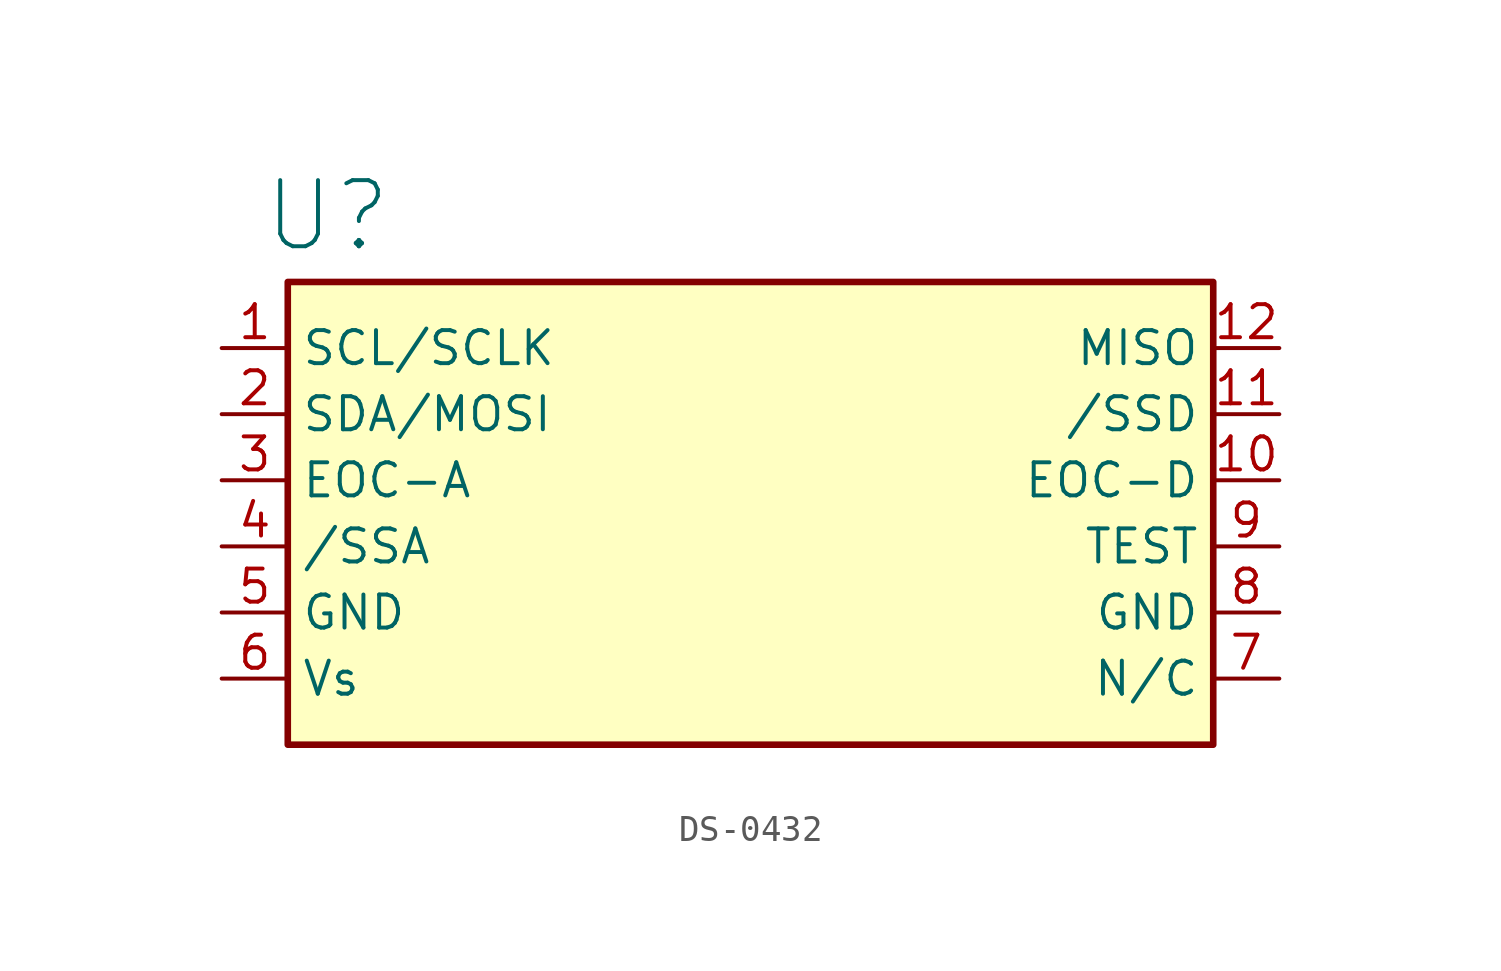
<source format=kicad_sym>
(kicad_symbol_lib
  (version 20231120)
  (generator "kicad_symbol_editor")
  (generator_version "8.0")
  (symbol "DS-0432"
    (property "Reference" "U"
      (at -16.256 8.89 0)
      (effects (font (face "KiCad Font") (size 2.54 2.54))))
    (property "Value" ""
      (at 0 0 0)
      (effects (font (size 1.27 1.27))))
    (symbol "DS-0432_0_1"
      (rectangle (start -17.78 6.35) (end 17.78 -11.43) (stroke (width 0.254) (type default)) (fill (type background))))
    (symbol "DS-0432_1_1"
      (pin input line (at -20.32 3.81 0) (length 2.54) (name "SCL/SCLK" (effects (font (size 1.27 1.27)))) (number "1" (effects (font (size 1.27 1.27)))))
      (pin input line (at 20.32 -1.27 180) (length 2.54) (name "EOC-D" (effects (font (size 1.27 1.27)))) (number "10" (effects (font (size 1.27 1.27)))))
      (pin input line (at 20.32 1.27 180) (length 2.54) (name "/SSD" (effects (font (size 1.27 1.27)))) (number "11" (effects (font (size 1.27 1.27)))))
      (pin input line (at 20.32 3.81 180) (length 2.54) (name "MISO" (effects (font (size 1.27 1.27)))) (number "12" (effects (font (size 1.27 1.27)))))
      (pin output line (at -20.32 1.27 0) (length 2.54) (name "SDA/MOSI" (effects (font (size 1.27 1.27)))) (number "2" (effects (font (size 1.27 1.27)))))
      (pin input line (at -20.32 -1.27 0) (length 2.54) (name "EOC-A" (effects (font (size 1.27 1.27)))) (number "3" (effects (font (size 1.27 1.27)))))
      (pin input line (at -20.32 -3.81 0) (length 2.54) (name "/SSA" (effects (font (size 1.27 1.27)))) (number "4" (effects (font (size 1.27 1.27)))))
      (pin power_in line (at -20.32 -6.35 0) (length 2.54) (name "GND" (effects (font (size 1.27 1.27)))) (number "5" (effects (font (size 1.27 1.27)))))
      (pin power_in line (at -20.32 -8.89 0) (length 2.54) (name "Vs" (effects (font (size 1.27 1.27)))) (number "6" (effects (font (size 1.27 1.27)))))
      (pin passive line (at 20.32 -8.89 180) (length 2.54) (name "N/C" (effects (font (size 1.27 1.27)))) (number "7" (effects (font (size 1.27 1.27)))))
      (pin power_in line (at 20.32 -6.35 180) (length 2.54) (name "GND" (effects (font (size 1.27 1.27)))) (number "8" (effects (font (size 1.27 1.27)))))
      (pin passive line (at 20.32 -3.81 180) (length 2.54) (name "TEST" (effects (font (size 1.27 1.27)))) (number "9" (effects (font (size 1.27 1.27))))))))
</source>
